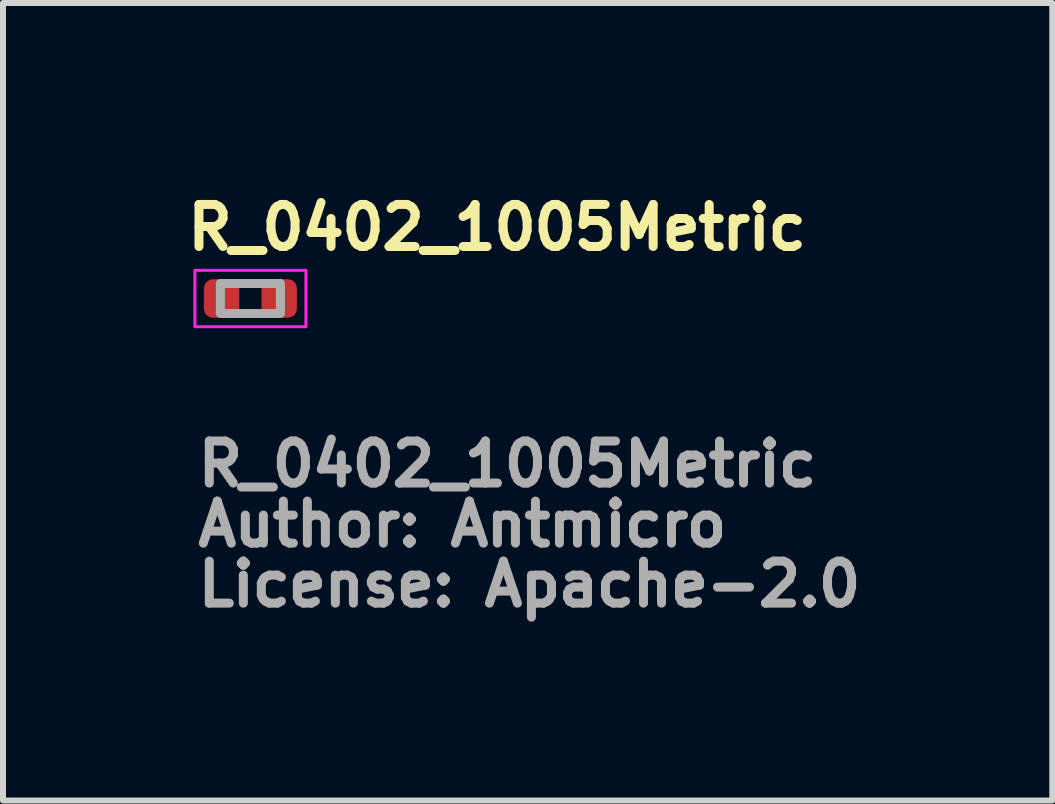
<source format=kicad_pcb>
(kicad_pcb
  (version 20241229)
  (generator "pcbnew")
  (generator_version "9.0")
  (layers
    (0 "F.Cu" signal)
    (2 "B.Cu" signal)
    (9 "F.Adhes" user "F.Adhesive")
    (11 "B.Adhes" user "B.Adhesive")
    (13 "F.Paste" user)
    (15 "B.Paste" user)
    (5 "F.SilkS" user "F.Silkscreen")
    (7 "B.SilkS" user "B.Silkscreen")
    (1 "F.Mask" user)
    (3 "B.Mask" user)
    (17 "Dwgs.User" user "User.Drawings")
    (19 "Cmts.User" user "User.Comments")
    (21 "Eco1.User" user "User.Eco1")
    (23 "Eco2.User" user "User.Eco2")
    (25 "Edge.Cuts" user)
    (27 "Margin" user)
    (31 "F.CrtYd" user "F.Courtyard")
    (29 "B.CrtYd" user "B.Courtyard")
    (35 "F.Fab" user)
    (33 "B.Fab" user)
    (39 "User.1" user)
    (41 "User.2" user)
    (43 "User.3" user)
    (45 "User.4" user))
  (footprint "R_0402_1005Metric"
    (layer "F.Cu")
    (at 1.122 1.923)
    (property "Reference" "R_0402_1005Metric" (at -1.122 -0.773 0) (layer "F.SilkS") (effects (font (size 0.7 0.7) (thickness 0.15)) (justify left bottom)))
    (attr smd)
    (fp_rect (start -0.925 -0.47) (end 0.925 0.47) (stroke (width 0.05) (type default)) (fill no) (layer "F.CrtYd"))
    (fp_rect (start -0.5 -0.25) (end 0.5 0.25) (stroke (width 0.15) (type solid)) (fill no) (layer "F.Fab"))
    (fp_rect (start -0.5 -0.25) (end 0.5 0.25) (stroke (width 0.1) (type solid)) (fill no) (layer "User.5"))
    (fp_line (start -0.5 0.248) (end -0.5 -0.25) (stroke (width 0.02) (type solid)) (layer "User.9"))
    (fp_line (start -0.25 -0.25) (end -0.5 -0.25) (stroke (width 0.02) (type solid)) (layer "User.9"))
    (fp_line (start -0.25 0.248) (end -0.5 0.248) (stroke (width 0.02) (type solid)) (layer "User.9"))
    (fp_line (start -0.25 0.248) (end -0.25 -0.25) (stroke (width 0.02) (type solid)) (layer "User.9"))
    (fp_line (start 0.248 -0.25) (end 0.248 0.248) (stroke (width 0.02) (type solid)) (layer "User.9"))
    (fp_line (start 0.248 -0.232) (end -0.25 -0.232) (stroke (width 0.02) (type solid)) (layer "User.9"))
    (fp_line (start 0.248 0.23) (end -0.25 0.23) (stroke (width 0.02) (type solid)) (layer "User.9"))
    (fp_line (start 0.248 0.248) (end 0.498 0.248) (stroke (width 0.02) (type solid)) (layer "User.9"))
    (fp_line (start 0.498 -0.25) (end 0.248 -0.25) (stroke (width 0.02) (type solid)) (layer "User.9"))
    (fp_line (start 0.498 0.248) (end 0.498 -0.25) (stroke (width 0.02) (type solid)) (layer "User.9"))
    (fp_text user "${REFERENCE}" (at -0.95 3.168 0) (layer "F.Fab") (effects (font (size 0.7 0.7) (thickness 0.15)) (justify left bottom)))
    (fp_text user "Author: Antmicro" (at -0.95 4.169 0) (layer "F.Fab") (effects (font (size 0.7 0.7) (thickness 0.15)) (justify left bottom)))
    (fp_text user "License: Apache-2.0" (at -0.95 5.169 0) (layer "F.Fab") (effects (font (size 0.7 0.7) (thickness 0.15)) (justify left bottom)))
    (pad "1" smd roundrect (at -0.48 0) (size 0.59 0.64) (layers "F.Cu" "F.Mask" "F.Paste") (roundrect_rratio 0.25))
    (pad "2" smd roundrect (at 0.48 0) (size 0.59 0.64) (layers "F.Cu" "F.Mask" "F.Paste") (roundrect_rratio 0.25)))
  (gr_rect
    (start -3 -3)
    (end 14.482 10.287)
    (stroke (width 0.1) (type default))
    (fill no)
    (layer "Edge.Cuts")))
</source>
